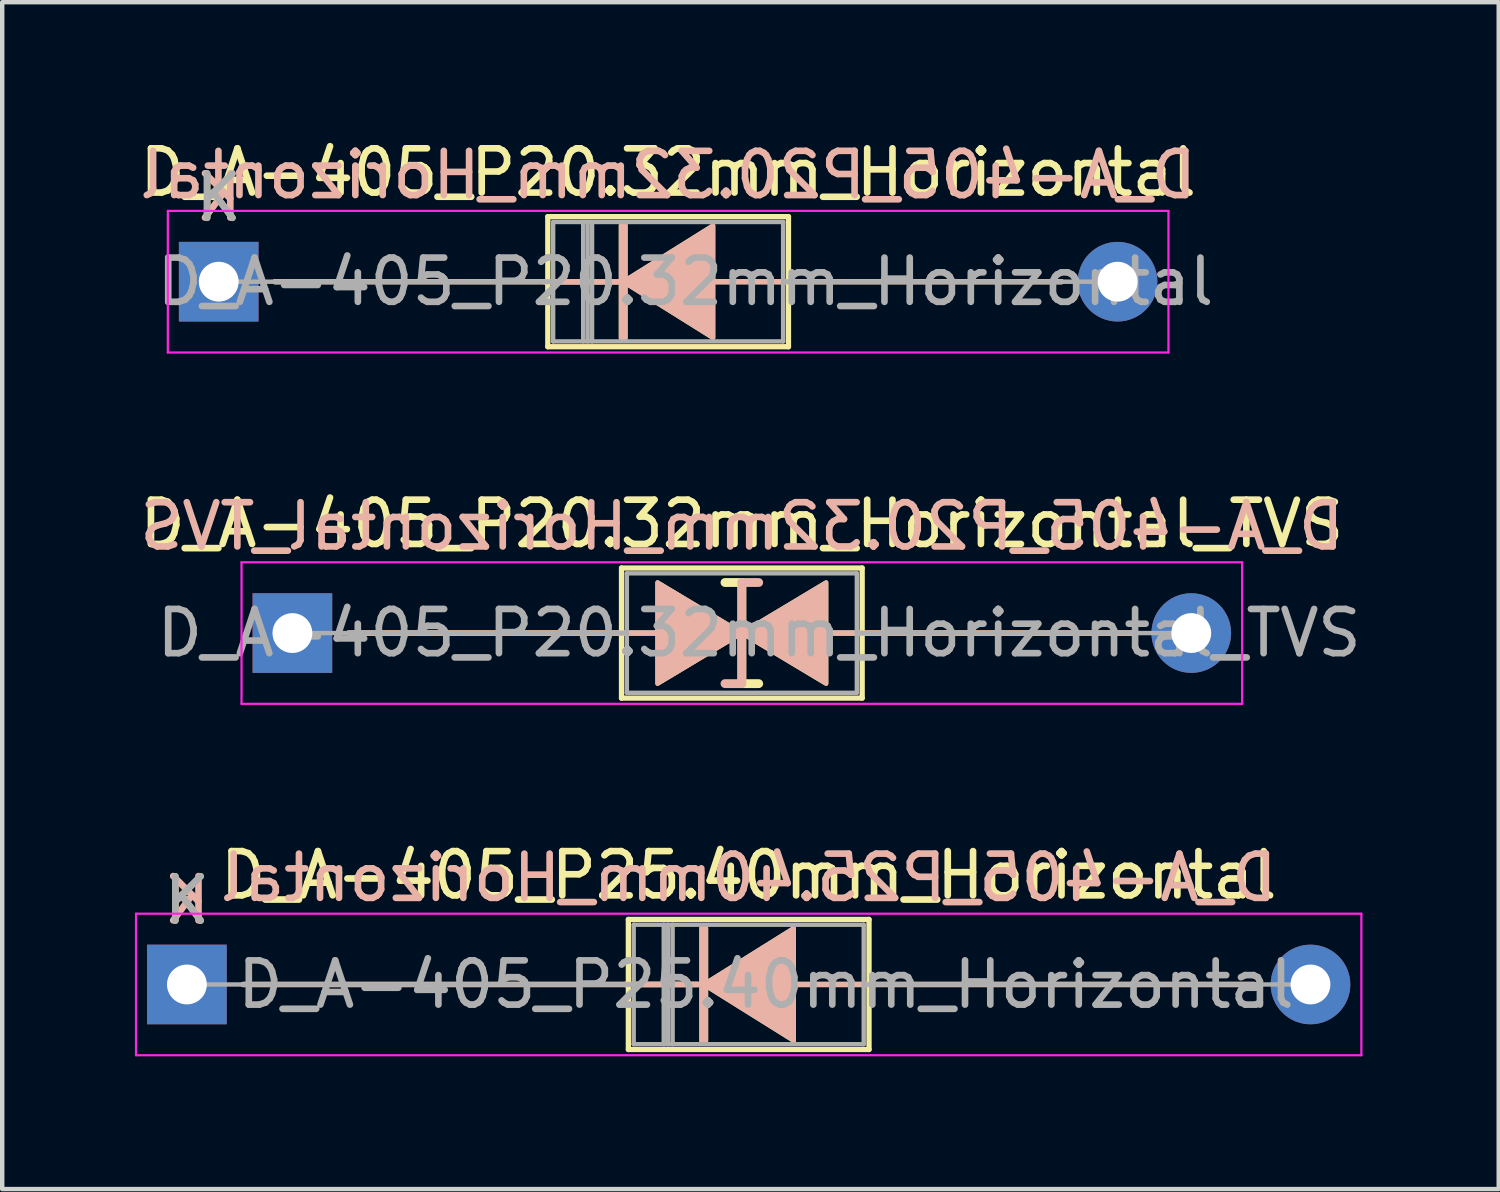
<source format=kicad_pcb>
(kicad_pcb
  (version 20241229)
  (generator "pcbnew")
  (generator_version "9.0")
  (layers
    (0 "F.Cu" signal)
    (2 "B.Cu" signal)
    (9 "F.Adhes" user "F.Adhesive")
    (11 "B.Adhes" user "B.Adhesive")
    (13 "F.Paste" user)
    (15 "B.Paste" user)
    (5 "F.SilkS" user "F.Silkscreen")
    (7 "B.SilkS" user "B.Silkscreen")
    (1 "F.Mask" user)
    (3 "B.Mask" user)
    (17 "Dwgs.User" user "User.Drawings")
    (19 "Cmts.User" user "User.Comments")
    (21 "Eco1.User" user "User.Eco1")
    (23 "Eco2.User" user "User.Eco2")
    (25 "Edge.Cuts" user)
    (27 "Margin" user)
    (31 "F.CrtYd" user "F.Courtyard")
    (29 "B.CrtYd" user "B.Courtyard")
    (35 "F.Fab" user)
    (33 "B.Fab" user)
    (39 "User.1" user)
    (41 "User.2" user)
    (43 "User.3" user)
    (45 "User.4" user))
  (footprint "D_A-405_P20.32mm_Horizontal_TVS"
    (layer "F.Cu")
    (at 3.56 11.261)
    (property "Reference" "D_A-405_P20.32mm_Horizontal_TVS" (at 10.16 -2.47 0) (layer "F.SilkS") (effects (font (size 1 1) (thickness 0.15))))
    (fp_line (start 1.27 0) (end 7.44 0) (stroke (width 0.12) (type solid)) (layer "F.SilkS"))
    (fp_line (start 7.44 -1.47) (end 7.44 1.47) (stroke (width 0.12) (type solid)) (layer "F.SilkS"))
    (fp_line (start 7.44 0) (end 8.255 0) (stroke (width 0.12) (type solid)) (layer "F.SilkS"))
    (fp_line (start 7.44 1.47) (end 12.88 1.47) (stroke (width 0.12) (type solid)) (layer "F.SilkS"))
    (fp_line (start 10.16 -1.143) (end 9.779 -1.143) (stroke (width 0.2) (type solid)) (layer "F.SilkS"))
    (fp_line (start 10.16 1.143) (end 10.16 -1.143) (stroke (width 0.2) (type solid)) (layer "F.SilkS"))
    (fp_line (start 10.541 1.143) (end 10.16 1.143) (stroke (width 0.2) (type solid)) (layer "F.SilkS"))
    (fp_line (start 12.88 -1.47) (end 7.44 -1.47) (stroke (width 0.12) (type solid)) (layer "F.SilkS"))
    (fp_line (start 12.88 0) (end 12.065 0) (stroke (width 0.12) (type solid)) (layer "F.SilkS"))
    (fp_line (start 12.88 1.47) (end 12.88 -1.47) (stroke (width 0.12) (type solid)) (layer "F.SilkS"))
    (fp_line (start 19.05 0) (end 12.88 0) (stroke (width 0.12) (type solid)) (layer "F.SilkS"))
    (fp_poly (pts (xy 10.16 0) (xy 8.255 1.143) (xy 8.255 -1.143)) (stroke (width 0.1) (type solid)) (fill yes) (layer "F.SilkS"))
    (fp_poly (pts (xy 10.16 0) (xy 12.065 -1.143) (xy 12.065 1.143)) (stroke (width 0.1) (type solid)) (fill yes) (layer "F.SilkS"))
    (fp_line (start 1.27 0) (end 7.44 0) (stroke (width 0.12) (type solid)) (layer "B.SilkS"))
    (fp_line (start 7.44 0) (end 8.255 0) (stroke (width 0.12) (type solid)) (layer "B.SilkS"))
    (fp_line (start 10.16 -1.143) (end 10.16 1.143) (stroke (width 0.2) (type solid)) (layer "B.SilkS"))
    (fp_line (start 10.16 1.143) (end 9.779 1.143) (stroke (width 0.2) (type solid)) (layer "B.SilkS"))
    (fp_line (start 10.541 -1.143) (end 10.16 -1.143) (stroke (width 0.2) (type solid)) (layer "B.SilkS"))
    (fp_line (start 12.88 0) (end 12.065 0) (stroke (width 0.12) (type solid)) (layer "B.SilkS"))
    (fp_line (start 19.05 0) (end 12.88 0) (stroke (width 0.12) (type solid)) (layer "B.SilkS"))
    (fp_poly (pts (xy 10.16 0) (xy 8.255 -1.143) (xy 8.255 1.143)) (stroke (width 0.1) (type solid)) (fill yes) (layer "B.SilkS"))
    (fp_poly (pts (xy 10.16 0) (xy 12.065 1.143) (xy 12.065 -1.143)) (stroke (width 0.1) (type solid)) (fill yes) (layer "B.SilkS"))
    (fp_line (start -1.15 -1.6) (end -1.15 1.6) (stroke (width 0.05) (type solid)) (layer "F.CrtYd"))
    (fp_line (start -1.15 1.6) (end 21.47 1.6) (stroke (width 0.05) (type solid)) (layer "F.CrtYd"))
    (fp_line (start 21.47 -1.6) (end -1.15 -1.6) (stroke (width 0.05) (type solid)) (layer "F.CrtYd"))
    (fp_line (start 21.47 1.6) (end 21.47 -1.6) (stroke (width 0.05) (type solid)) (layer "F.CrtYd"))
    (fp_line (start 0 0) (end 7.56 0) (stroke (width 0.1) (type solid)) (layer "F.Fab"))
    (fp_line (start 7.56 -1.35) (end 7.56 1.35) (stroke (width 0.1) (type solid)) (layer "F.Fab"))
    (fp_line (start 7.56 1.35) (end 12.76 1.35) (stroke (width 0.1) (type solid)) (layer "F.Fab"))
    (fp_line (start 12.76 -1.35) (end 7.56 -1.35) (stroke (width 0.1) (type solid)) (layer "F.Fab"))
    (fp_line (start 12.76 1.35) (end 12.76 -1.35) (stroke (width 0.1) (type solid)) (layer "F.Fab"))
    (fp_line (start 20.32 0) (end 12.76 0) (stroke (width 0.1) (type solid)) (layer "F.Fab"))
    (fp_text user "${REFERENCE}" (at 10.16 -2.413 0) (layer "B.SilkS") (effects (font (size 1 1) (thickness 0.15)) (justify mirror)))
    (fp_text user "${REFERENCE}" (at 10.55 0 0) (layer "F.Fab") (effects (font (size 1 1) (thickness 0.15))))
    (pad "1" thru_hole rect (at 0 0) (size 1.8 1.8) (drill 0.9) (layers "*.Cu" "*.Mask"))
    (pad "2" thru_hole oval (at 20.32 0) (size 1.8 1.8) (drill 0.9) (layers "*.Cu" "*.Mask")))
  (footprint "D_A-405_P20.32mm_Horizontal"
    (layer "F.Cu")
    (at 1.894 3.318)
    (property "Reference" "D_A-405_P20.32mm_Horizontal" (at 10.16 -2.47 0) (layer "F.SilkS") (effects (font (size 1 1) (thickness 0.15))))
    (fp_line (start 1.27 0) (end 7.44 0) (stroke (width 0.12) (type solid)) (layer "F.SilkS"))
    (fp_line (start 7.44 -1.47) (end 7.44 1.47) (stroke (width 0.12) (type solid)) (layer "F.SilkS"))
    (fp_line (start 7.44 1.47) (end 12.88 1.47) (stroke (width 0.12) (type solid)) (layer "F.SilkS"))
    (fp_line (start 7.61 0) (end 9.144 0) (stroke (width 0.12) (type solid)) (layer "F.SilkS"))
    (fp_line (start 9.01 0) (end 7.366 0) (stroke (width 0.12) (type solid)) (layer "F.SilkS"))
    (fp_line (start 9.144 -1.27) (end 9.144 1.27) (stroke (width 0.2) (type solid)) (layer "F.SilkS"))
    (fp_line (start 12.88 -1.47) (end 7.44 -1.47) (stroke (width 0.12) (type solid)) (layer "F.SilkS"))
    (fp_line (start 12.88 0) (end 11.239 0) (stroke (width 0.12) (type solid)) (layer "F.SilkS"))
    (fp_line (start 12.88 1.47) (end 12.88 -1.47) (stroke (width 0.12) (type solid)) (layer "F.SilkS"))
    (fp_line (start 19.05 0) (end 12.88 0) (stroke (width 0.12) (type solid)) (layer "F.SilkS"))
    (fp_poly (pts (xy 11.176 1.27) (xy 9.144 0) (xy 11.176 -1.27)) (stroke (width 0.1) (type solid)) (fill yes) (layer "F.SilkS"))
    (fp_line (start 1.27 0) (end 7.44 0) (stroke (width 0.12) (type solid)) (layer "B.SilkS"))
    (fp_line (start 7.61 0) (end 9.144 0) (stroke (width 0.12) (type solid)) (layer "B.SilkS"))
    (fp_line (start 9.01 0) (end 7.366 0) (stroke (width 0.12) (type solid)) (layer "B.SilkS"))
    (fp_line (start 9.144 1.27) (end 9.144 -1.27) (stroke (width 0.2) (type solid)) (layer "B.SilkS"))
    (fp_line (start 12.88 0) (end 11.239 0) (stroke (width 0.12) (type solid)) (layer "B.SilkS"))
    (fp_line (start 19.05 0) (end 12.88 0) (stroke (width 0.12) (type solid)) (layer "B.SilkS"))
    (fp_poly (pts (xy 11.176 -1.27) (xy 9.144 0) (xy 11.176 1.27)) (stroke (width 0.1) (type solid)) (fill yes) (layer "B.SilkS"))
    (fp_line (start -1.15 -1.6) (end -1.15 1.6) (stroke (width 0.05) (type solid)) (layer "F.CrtYd"))
    (fp_line (start -1.15 1.6) (end 21.47 1.6) (stroke (width 0.05) (type solid)) (layer "F.CrtYd"))
    (fp_line (start 21.47 -1.6) (end -1.15 -1.6) (stroke (width 0.05) (type solid)) (layer "F.CrtYd"))
    (fp_line (start 21.47 1.6) (end 21.47 -1.6) (stroke (width 0.05) (type solid)) (layer "F.CrtYd"))
    (fp_line (start 0 0) (end 7.56 0) (stroke (width 0.1) (type solid)) (layer "F.Fab"))
    (fp_line (start 7.56 -1.35) (end 7.56 1.35) (stroke (width 0.1) (type solid)) (layer "F.Fab"))
    (fp_line (start 7.56 1.35) (end 12.76 1.35) (stroke (width 0.1) (type solid)) (layer "F.Fab"))
    (fp_line (start 8.24 -1.35) (end 8.24 1.35) (stroke (width 0.1) (type solid)) (layer "F.Fab"))
    (fp_line (start 8.34 -1.35) (end 8.34 1.35) (stroke (width 0.1) (type solid)) (layer "F.Fab"))
    (fp_line (start 8.44 -1.35) (end 8.44 1.35) (stroke (width 0.1) (type solid)) (layer "F.Fab"))
    (fp_line (start 12.76 -1.35) (end 7.56 -1.35) (stroke (width 0.1) (type solid)) (layer "F.Fab"))
    (fp_line (start 12.76 1.35) (end 12.76 -1.35) (stroke (width 0.1) (type solid)) (layer "F.Fab"))
    (fp_line (start 20.32 0) (end 12.76 0) (stroke (width 0.1) (type solid)) (layer "F.Fab"))
    (fp_text user "K" (at 0 -1.9 0) (layer "F.SilkS") (effects (font (size 1 1) (thickness 0.15))))
    (fp_text user "${REFERENCE}" (at 10.16 -2.413 0) (layer "B.SilkS") (effects (font (size 1 1) (thickness 0.15)) (justify mirror)))
    (fp_text user "K" (at 0 -1.905 0) (layer "B.SilkS") (effects (font (size 1 1) (thickness 0.15)) (justify mirror)))
    (fp_text user "K" (at 0 -1.9 0) (layer "F.Fab") (effects (font (size 1 1) (thickness 0.15))))
    (fp_text user "${REFERENCE}" (at 10.55 0 0) (layer "F.Fab") (effects (font (size 1 1) (thickness 0.15))))
    (pad "1" thru_hole rect (at 0 0) (size 1.8 1.8) (drill 0.9) (layers "*.Cu" "*.Mask"))
    (pad "2" thru_hole oval (at 20.32 0) (size 1.8 1.8) (drill 0.9) (layers "*.Cu" "*.Mask")))
  (footprint "D_A-405_P25.40mm_Horizontal"
    (layer "F.Cu")
    (at 1.175 19.205)
    (property "Reference" "D_A-405_P25.40mm_Horizontal" (at 12.7 -2.47 0) (layer "F.SilkS") (effects (font (size 1 1) (thickness 0.15))))
    (fp_line (start 1.27 0) (end 9.98 0) (stroke (width 0.12) (type solid)) (layer "F.SilkS"))
    (fp_line (start 9.98 -1.47) (end 9.98 1.47) (stroke (width 0.12) (type solid)) (layer "F.SilkS"))
    (fp_line (start 9.98 1.47) (end 15.42 1.47) (stroke (width 0.12) (type solid)) (layer "F.SilkS"))
    (fp_line (start 10.15 0) (end 11.55 0) (stroke (width 0.12) (type solid)) (layer "F.SilkS"))
    (fp_line (start 11.684 -1.27) (end 11.684 1.27) (stroke (width 0.2) (type solid)) (layer "F.SilkS"))
    (fp_line (start 11.684 0) (end 9.906 0) (stroke (width 0.12) (type solid)) (layer "F.SilkS"))
    (fp_line (start 15.42 -1.47) (end 9.98 -1.47) (stroke (width 0.12) (type solid)) (layer "F.SilkS"))
    (fp_line (start 15.42 0) (end 13.78 0) (stroke (width 0.12) (type solid)) (layer "F.SilkS"))
    (fp_line (start 15.42 1.47) (end 15.42 -1.47) (stroke (width 0.12) (type solid)) (layer "F.SilkS"))
    (fp_line (start 24.13 0) (end 15.42 0) (stroke (width 0.12) (type solid)) (layer "F.SilkS"))
    (fp_poly (pts (xy 13.716 1.27) (xy 11.684 0) (xy 13.716 -1.27)) (stroke (width 0.1) (type solid)) (fill yes) (layer "F.SilkS"))
    (fp_line (start 1.27 0) (end 9.98 0) (stroke (width 0.12) (type solid)) (layer "B.SilkS"))
    (fp_line (start 10.15 0) (end 11.55 0) (stroke (width 0.12) (type solid)) (layer "B.SilkS"))
    (fp_line (start 11.684 0) (end 9.906 0) (stroke (width 0.12) (type solid)) (layer "B.SilkS"))
    (fp_line (start 11.684 1.27) (end 11.684 -1.27) (stroke (width 0.2) (type solid)) (layer "B.SilkS"))
    (fp_line (start 15.42 0) (end 13.78 0) (stroke (width 0.12) (type solid)) (layer "B.SilkS"))
    (fp_line (start 24.13 0) (end 15.42 0) (stroke (width 0.12) (type solid)) (layer "B.SilkS"))
    (fp_poly (pts (xy 13.716 -1.27) (xy 11.684 0) (xy 13.716 1.27)) (stroke (width 0.1) (type solid)) (fill yes) (layer "B.SilkS"))
    (fp_line (start -1.15 -1.6) (end -1.15 1.6) (stroke (width 0.05) (type solid)) (layer "F.CrtYd"))
    (fp_line (start -1.15 1.6) (end 26.55 1.6) (stroke (width 0.05) (type solid)) (layer "F.CrtYd"))
    (fp_line (start 26.55 -1.6) (end -1.15 -1.6) (stroke (width 0.05) (type solid)) (layer "F.CrtYd"))
    (fp_line (start 26.55 1.6) (end 26.55 -1.6) (stroke (width 0.05) (type solid)) (layer "F.CrtYd"))
    (fp_line (start 0 0) (end 10.1 0) (stroke (width 0.1) (type solid)) (layer "F.Fab"))
    (fp_line (start 10.1 -1.35) (end 10.1 1.35) (stroke (width 0.1) (type solid)) (layer "F.Fab"))
    (fp_line (start 10.1 1.35) (end 15.3 1.35) (stroke (width 0.1) (type solid)) (layer "F.Fab"))
    (fp_line (start 10.78 -1.35) (end 10.78 1.35) (stroke (width 0.1) (type solid)) (layer "F.Fab"))
    (fp_line (start 10.88 -1.35) (end 10.88 1.35) (stroke (width 0.1) (type solid)) (layer "F.Fab"))
    (fp_line (start 10.98 -1.35) (end 10.98 1.35) (stroke (width 0.1) (type solid)) (layer "F.Fab"))
    (fp_line (start 15.3 -1.35) (end 10.1 -1.35) (stroke (width 0.1) (type solid)) (layer "F.Fab"))
    (fp_line (start 15.3 1.35) (end 15.3 -1.35) (stroke (width 0.1) (type solid)) (layer "F.Fab"))
    (fp_line (start 25.4 0) (end 15.3 0) (stroke (width 0.1) (type solid)) (layer "F.Fab"))
    (fp_text user "K" (at 0 -1.9 0) (layer "F.SilkS") (effects (font (size 1 1) (thickness 0.15))))
    (fp_text user "K" (at 0 -1.905 0) (layer "B.SilkS") (effects (font (size 1 1) (thickness 0.15)) (justify mirror)))
    (fp_text user "${REFERENCE}" (at 12.7 -2.413 0) (layer "B.SilkS") (effects (font (size 1 1) (thickness 0.15)) (justify mirror)))
    (fp_text user "K" (at 0 -1.9 0) (layer "F.Fab") (effects (font (size 1 1) (thickness 0.15))))
    (fp_text user "${REFERENCE}" (at 13.09 0 0) (layer "F.Fab") (effects (font (size 1 1) (thickness 0.15))))
    (pad "1" thru_hole rect (at 0 0) (size 1.8 1.8) (drill 0.9) (layers "*.Cu" "*.Mask"))
    (pad "2" thru_hole oval (at 25.4 0) (size 1.8 1.8) (drill 0.9) (layers "*.Cu" "*.Mask")))
  (gr_rect
    (start -3 -3)
    (end 30.83 23.83)
    (stroke (width 0.1) (type default))
    (fill no)
    (layer "Edge.Cuts")))
</source>
